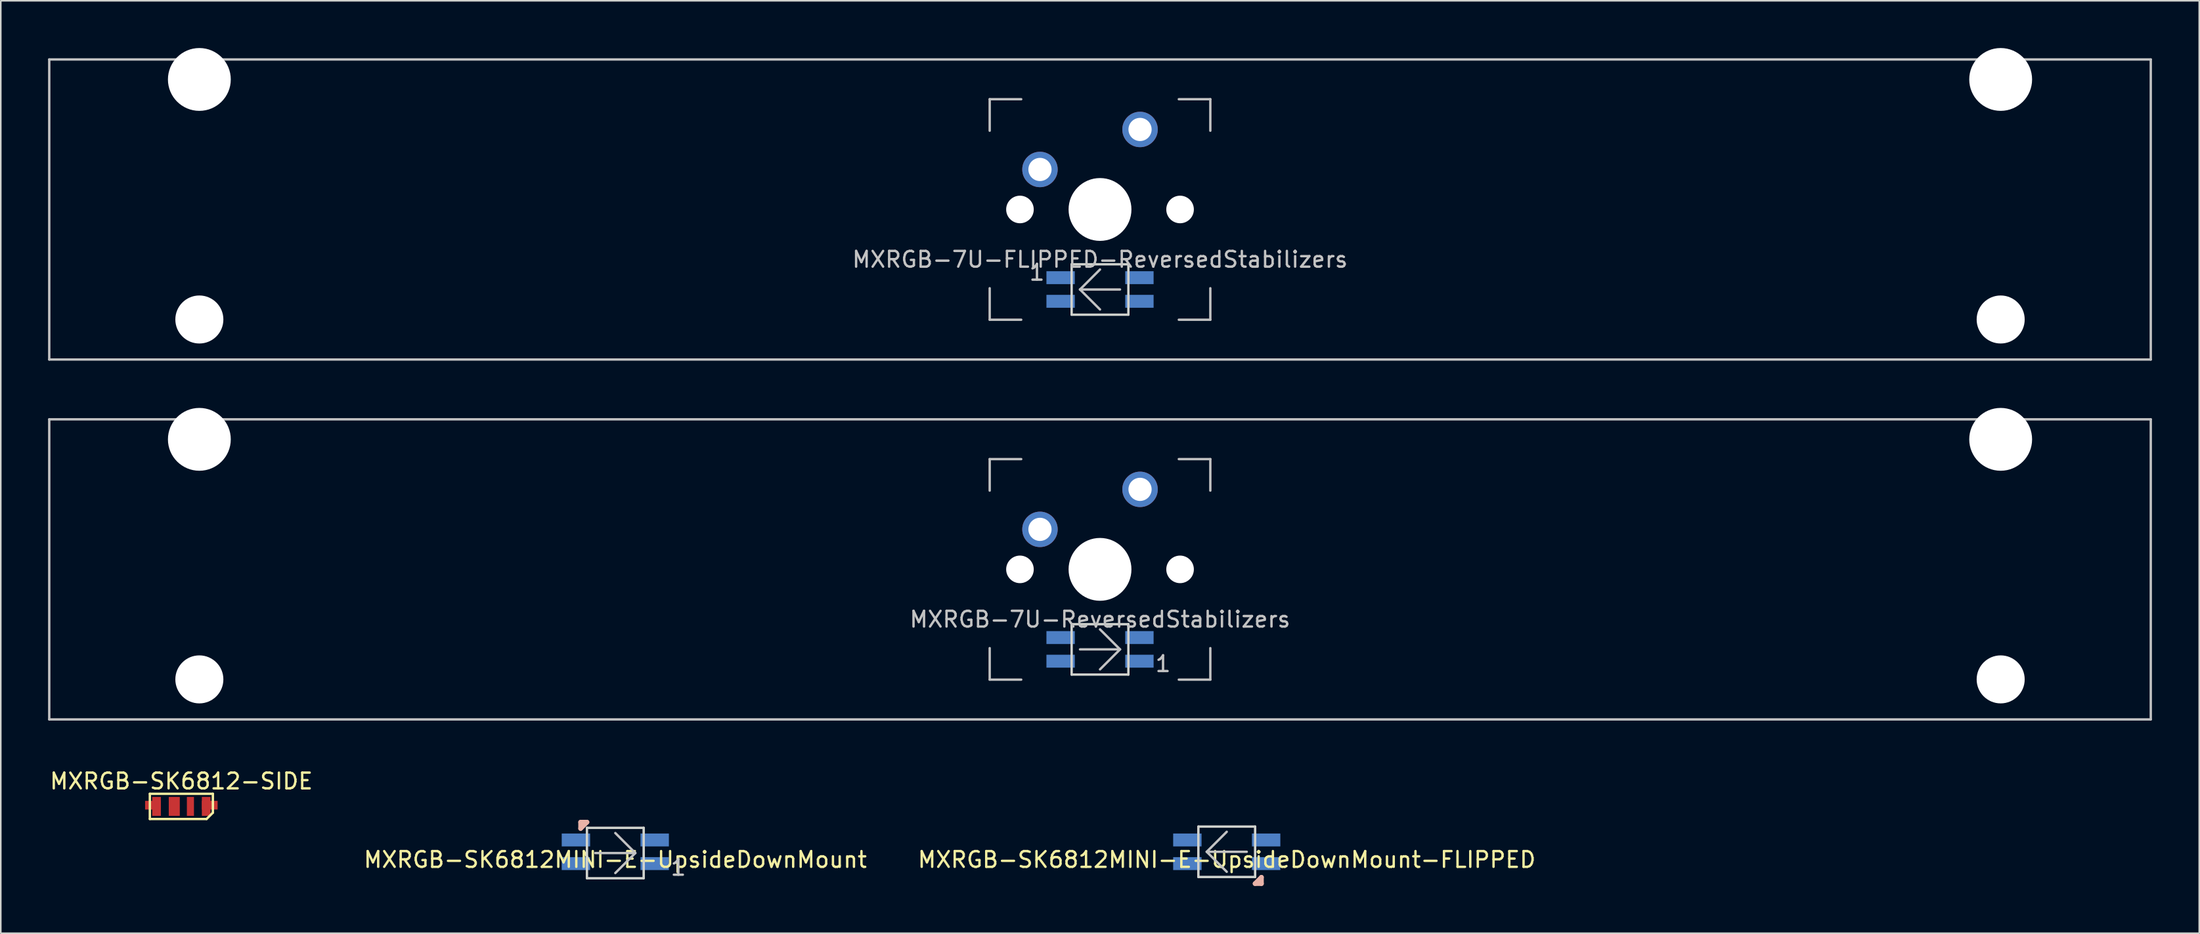
<source format=kicad_pcb>
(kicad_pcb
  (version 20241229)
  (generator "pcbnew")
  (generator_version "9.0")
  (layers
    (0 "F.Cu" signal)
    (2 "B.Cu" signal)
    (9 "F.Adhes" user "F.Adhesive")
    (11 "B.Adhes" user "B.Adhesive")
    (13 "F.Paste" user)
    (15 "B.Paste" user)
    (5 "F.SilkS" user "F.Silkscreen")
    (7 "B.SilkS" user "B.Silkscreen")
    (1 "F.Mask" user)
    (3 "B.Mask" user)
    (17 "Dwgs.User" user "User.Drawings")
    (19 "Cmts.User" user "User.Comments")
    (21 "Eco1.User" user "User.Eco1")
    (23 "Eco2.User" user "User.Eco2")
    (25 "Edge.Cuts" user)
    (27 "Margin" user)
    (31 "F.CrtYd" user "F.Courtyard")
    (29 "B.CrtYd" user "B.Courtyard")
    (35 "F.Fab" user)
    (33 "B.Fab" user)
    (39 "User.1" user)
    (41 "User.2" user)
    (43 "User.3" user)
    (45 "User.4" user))
  (footprint "MXRGB-SK6812-SIDE"
    (layer "F.Cu")
    (at 8.458 48.146)
    (property "Reference" "MXRGB-SK6812-SIDE" (at 0 -1.6 0) (layer "F.SilkS") (effects (font (size 1 1) (thickness 0.15))))
    (attr through_hole)
    (fp_line (start -2 -0.8) (end -2 0.8) (stroke (width 0.15) (type solid)) (layer "F.SilkS"))
    (fp_line (start -2 -0.8) (end 2 -0.8) (stroke (width 0.15) (type solid)) (layer "F.SilkS"))
    (fp_line (start -2 0.8) (end 1.6 0.8) (stroke (width 0.15) (type solid)) (layer "F.SilkS"))
    (fp_line (start 1.6 0.8) (end 2 0.4) (stroke (width 0.15) (type solid)) (layer "F.SilkS"))
    (fp_line (start 2 0.4) (end 2 -0.8) (stroke (width 0.15) (type solid)) (layer "F.SilkS"))
    (pad "1" smd rect (at -1.575 -0.075) (size 1 0.55) (drill (offset -0.225 0)) (layers "F.Cu" "F.Mask" "F.Paste"))
    (pad "1" smd rect (at -1.575 0) (size 0.55 1.2) (layers "F.Cu" "F.Mask" "F.Paste"))
    (pad "2" smd rect (at -0.45 0) (size 0.7 1.2) (layers "F.Cu" "F.Mask" "F.Paste"))
    (pad "3" smd rect (at 0.575 0) (size 0.45 1.2) (layers "F.Cu" "F.Mask" "F.Paste"))
    (pad "4" smd rect (at 1.575 -0.075) (size 1 0.55) (drill (offset 0.225 0)) (layers "F.Cu" "F.Mask" "F.Paste"))
    (pad "4" smd rect (at 1.575 0) (size 0.55 1.2) (layers "F.Cu" "F.Mask" "F.Paste")))
  (footprint "MXRGB-7U-ReversedStabilizers"
    (layer "F.Cu")
    (at 66.75 33.098)
    (property "Reference" "MXRGB-7U-ReversedStabilizers" (at 0 3.175 0) (layer "Dwgs.User") (effects (font (size 1 1) (thickness 0.15))))
    (attr through_hole)
    (fp_line (start -66.675 -9.525) (end 66.675 -9.525) (stroke (width 0.15) (type solid)) (layer "Dwgs.User"))
    (fp_line (start -66.675 9.525) (end -66.675 -9.525) (stroke (width 0.15) (type solid)) (layer "Dwgs.User"))
    (fp_line (start -66.675 9.525) (end 66.675 9.525) (stroke (width 0.15) (type solid)) (layer "Dwgs.User"))
    (fp_line (start -7 -7) (end -7 -5) (stroke (width 0.15) (type solid)) (layer "Dwgs.User"))
    (fp_line (start -7 5) (end -7 7) (stroke (width 0.15) (type solid)) (layer "Dwgs.User"))
    (fp_line (start -7 7) (end -5 7) (stroke (width 0.15) (type solid)) (layer "Dwgs.User"))
    (fp_line (start -5 -7) (end -7 -7) (stroke (width 0.15) (type solid)) (layer "Dwgs.User"))
    (fp_line (start -1.27 5.08) (end 1.27 5.08) (stroke (width 0.15) (type solid)) (layer "Dwgs.User"))
    (fp_line (start 1.27 5.08) (end 0 3.81) (stroke (width 0.15) (type solid)) (layer "Dwgs.User"))
    (fp_line (start 1.27 5.08) (end 0 6.35) (stroke (width 0.15) (type solid)) (layer "Dwgs.User"))
    (fp_line (start 5 -7) (end 7 -7) (stroke (width 0.15) (type solid)) (layer "Dwgs.User"))
    (fp_line (start 5 7) (end 7 7) (stroke (width 0.15) (type solid)) (layer "Dwgs.User"))
    (fp_line (start 7 -7) (end 7 -5) (stroke (width 0.15) (type solid)) (layer "Dwgs.User"))
    (fp_line (start 7 7) (end 7 5) (stroke (width 0.15) (type solid)) (layer "Dwgs.User"))
    (fp_line (start 66.675 -9.525) (end 66.675 9.525) (stroke (width 0.15) (type solid)) (layer "Dwgs.User"))
    (fp_line (start -1.8 3.48) (end -1.8 6.68) (stroke (width 0.15) (type solid)) (layer "Edge.Cuts"))
    (fp_line (start -1.8 3.48) (end 1.8 3.48) (stroke (width 0.15) (type solid)) (layer "Edge.Cuts"))
    (fp_line (start 1.8 3.48) (end 1.8 6.68) (stroke (width 0.15) (type solid)) (layer "Edge.Cuts"))
    (fp_line (start 1.8 6.68) (end -1.8 6.68) (stroke (width 0.15) (type solid)) (layer "Edge.Cuts"))
    (fp_text user "1" (at 4 6 0) (layer "Dwgs.User") (effects (font (size 1 1) (thickness 0.15))))
    (pad "" np_thru_hole circle (at -57.15 -8.255) (size 3.988 3.988) (drill 3.988) (layers "*.Cu" "*.Mask"))
    (pad "" np_thru_hole circle (at -57.15 6.985) (size 3.048 3.048) (drill 3.048) (layers "*.Cu" "*.Mask"))
    (pad "" np_thru_hole circle (at -5.08 0 48.1) (size 1.75 1.75) (drill 1.75) (layers "*.Cu" "*.Mask"))
    (pad "" np_thru_hole circle (at 0 0) (size 3.988 3.988) (drill 3.988) (layers "*.Cu" "*.Mask"))
    (pad "" np_thru_hole circle (at 5.08 0 48.1) (size 1.75 1.75) (drill 1.75) (layers "*.Cu" "*.Mask"))
    (pad "" np_thru_hole circle (at 57.15 -8.255) (size 3.988 3.988) (drill 3.988) (layers "*.Cu" "*.Mask"))
    (pad "" np_thru_hole circle (at 57.15 6.985) (size 3.048 3.048) (drill 3.048) (layers "*.Cu" "*.Mask"))
    (pad "1" thru_hole circle (at -3.81 -2.54) (size 2.25 2.25) (drill 1.47) (layers "*.Cu" "B.Mask"))
    (pad "2" thru_hole circle (at 2.54 -5.08) (size 2.25 2.25) (drill 1.47) (layers "*.Cu" "B.Mask"))
    (pad "3" smd rect (at 2.5 5.83) (size 1.8 0.82) (layers "B.Cu" "B.Mask" "B.Paste"))
    (pad "4" smd rect (at 2.5 4.33) (size 1.8 0.82) (layers "B.Cu" "B.Mask" "B.Paste"))
    (pad "5" smd rect (at -2.5 4.33) (size 1.8 0.82) (layers "B.Cu" "B.Mask" "B.Paste"))
    (pad "6" smd rect (at -2.5 5.83) (size 1.8 0.82) (layers "B.Cu" "B.Mask" "B.Paste")))
  (footprint "MXRGB-7U-FLIPPED-ReversedStabilizers"
    (layer "F.Cu")
    (at 66.75 10.249)
    (property "Reference" "MXRGB-7U-FLIPPED-ReversedStabilizers" (at 0 3.175 0) (layer "Dwgs.User") (effects (font (size 1 1) (thickness 0.15))))
    (attr through_hole)
    (fp_line (start -66.675 -9.525) (end 66.675 -9.525) (stroke (width 0.15) (type solid)) (layer "Dwgs.User"))
    (fp_line (start -66.675 9.525) (end -66.675 -9.525) (stroke (width 0.15) (type solid)) (layer "Dwgs.User"))
    (fp_line (start -66.675 9.525) (end 66.675 9.525) (stroke (width 0.15) (type solid)) (layer "Dwgs.User"))
    (fp_line (start -7 -7) (end -7 -5) (stroke (width 0.15) (type solid)) (layer "Dwgs.User"))
    (fp_line (start -7 5) (end -7 7) (stroke (width 0.15) (type solid)) (layer "Dwgs.User"))
    (fp_line (start -7 7) (end -5 7) (stroke (width 0.15) (type solid)) (layer "Dwgs.User"))
    (fp_line (start -5 -7) (end -7 -7) (stroke (width 0.15) (type solid)) (layer "Dwgs.User"))
    (fp_line (start -1.27 5.08) (end 0 3.81) (stroke (width 0.15) (type solid)) (layer "Dwgs.User"))
    (fp_line (start -1.27 5.08) (end 0 6.35) (stroke (width 0.15) (type solid)) (layer "Dwgs.User"))
    (fp_line (start -1.27 5.08) (end 1.27 5.08) (stroke (width 0.15) (type solid)) (layer "Dwgs.User"))
    (fp_line (start 5 -7) (end 7 -7) (stroke (width 0.15) (type solid)) (layer "Dwgs.User"))
    (fp_line (start 5 7) (end 7 7) (stroke (width 0.15) (type solid)) (layer "Dwgs.User"))
    (fp_line (start 7 -7) (end 7 -5) (stroke (width 0.15) (type solid)) (layer "Dwgs.User"))
    (fp_line (start 7 7) (end 7 5) (stroke (width 0.15) (type solid)) (layer "Dwgs.User"))
    (fp_line (start 66.675 -9.525) (end 66.675 9.525) (stroke (width 0.15) (type solid)) (layer "Dwgs.User"))
    (fp_line (start -1.8 3.48) (end -1.8 6.68) (stroke (width 0.15) (type solid)) (layer "Edge.Cuts"))
    (fp_line (start -1.8 3.48) (end 1.8 3.48) (stroke (width 0.15) (type solid)) (layer "Edge.Cuts"))
    (fp_line (start 1.8 3.48) (end 1.8 6.68) (stroke (width 0.15) (type solid)) (layer "Edge.Cuts"))
    (fp_line (start 1.8 6.68) (end -1.8 6.68) (stroke (width 0.15) (type solid)) (layer "Edge.Cuts"))
    (fp_text user "1" (at -4 4 0) (layer "Dwgs.User") (effects (font (size 1 1) (thickness 0.15))))
    (pad "" np_thru_hole circle (at -57.15 -8.255) (size 3.988 3.988) (drill 3.988) (layers "*.Cu" "*.Mask"))
    (pad "" np_thru_hole circle (at -57.15 6.985) (size 3.048 3.048) (drill 3.048) (layers "*.Cu" "*.Mask"))
    (pad "" np_thru_hole circle (at -5.08 0 48.1) (size 1.75 1.75) (drill 1.75) (layers "*.Cu" "*.Mask"))
    (pad "" np_thru_hole circle (at 0 0) (size 3.988 3.988) (drill 3.988) (layers "*.Cu" "*.Mask"))
    (pad "" np_thru_hole circle (at 5.08 0 48.1) (size 1.75 1.75) (drill 1.75) (layers "*.Cu" "*.Mask"))
    (pad "" np_thru_hole circle (at 57.15 -8.255) (size 3.988 3.988) (drill 3.988) (layers "*.Cu" "*.Mask"))
    (pad "" np_thru_hole circle (at 57.15 6.985) (size 3.048 3.048) (drill 3.048) (layers "*.Cu" "*.Mask"))
    (pad "1" thru_hole circle (at -3.81 -2.54) (size 2.25 2.25) (drill 1.47) (layers "*.Cu" "B.Mask"))
    (pad "2" thru_hole circle (at 2.54 -5.08) (size 2.25 2.25) (drill 1.47) (layers "*.Cu" "B.Mask"))
    (pad "3" smd rect (at -2.5 4.33) (size 1.8 0.82) (layers "B.Cu" "B.Mask" "B.Paste"))
    (pad "4" smd rect (at -2.5 5.83) (size 1.8 0.82) (layers "B.Cu" "B.Mask" "B.Paste"))
    (pad "5" smd rect (at 2.5 5.83) (size 1.8 0.82) (layers "B.Cu" "B.Mask" "B.Paste"))
    (pad "6" smd rect (at 2.5 4.33) (size 1.8 0.82) (layers "B.Cu" "B.Mask" "B.Paste")))
  (footprint "MXRGB-SK6812MINI-E-UpsideDownMount"
    (layer "F.Cu")
    (at 35.994 45.948)
    (property "Reference" "MXRGB-SK6812MINI-E-UpsideDownMount" (at 0 5.58 0) (layer "F.SilkS") (effects (font (size 1 1) (thickness 0.15))))
    (attr through_hole)
    (fp_line (start -2.2 3.2) (end -2.2 3.6) (stroke (width 0.3) (type solid)) (layer "B.SilkS"))
    (fp_line (start -2.2 3.6) (end -1.8 3.2) (stroke (width 0.3) (type solid)) (layer "B.SilkS"))
    (fp_line (start -1.8 3.2) (end -2.2 3.2) (stroke (width 0.3) (type solid)) (layer "B.SilkS"))
    (fp_line (start -1.27 5.16) (end 1.27 5.16) (stroke (width 0.15) (type solid)) (layer "Dwgs.User"))
    (fp_line (start 1.27 5.16) (end 0 3.89) (stroke (width 0.15) (type solid)) (layer "Dwgs.User"))
    (fp_line (start 1.27 5.16) (end 0 6.43) (stroke (width 0.15) (type solid)) (layer "Dwgs.User"))
    (fp_line (start -1.8 3.56) (end -1.8 6.76) (stroke (width 0.15) (type solid)) (layer "Edge.Cuts"))
    (fp_line (start -1.8 3.56) (end 1.8 3.56) (stroke (width 0.15) (type solid)) (layer "Edge.Cuts"))
    (fp_line (start 1.8 3.56) (end 1.8 6.76) (stroke (width 0.15) (type solid)) (layer "Edge.Cuts"))
    (fp_line (start 1.8 6.76) (end -1.8 6.76) (stroke (width 0.15) (type solid)) (layer "Edge.Cuts"))
    (fp_text user "1" (at 4 6.08 0) (layer "Dwgs.User") (effects (font (size 1 1) (thickness 0.15))))
    (pad "3" smd rect (at 2.5 5.83) (size 1.8 0.82) (layers "B.Cu" "B.Mask" "B.Paste"))
    (pad "4" smd rect (at 2.5 4.33) (size 1.8 0.82) (layers "B.Cu" "B.Mask" "B.Paste"))
    (pad "5" smd rect (at -2.5 4.33) (size 1.8 0.82) (layers "B.Cu" "B.Mask" "B.Paste"))
    (pad "6" smd rect (at -2.5 5.83) (size 1.8 0.82) (layers "B.Cu" "B.Mask" "B.Paste")))
  (footprint "MXRGB-SK6812MINI-E-UpsideDownMount-FLIPPED"
    (layer "F.Cu")
    (at 74.792 45.948)
    (property "Reference" "MXRGB-SK6812MINI-E-UpsideDownMount-FLIPPED" (at 0 5.58 0) (layer "F.SilkS") (effects (font (size 1 1) (thickness 0.15))))
    (attr through_hole)
    (fp_line (start 1.8 7.1) (end 2.2 7.1) (stroke (width 0.3) (type solid)) (layer "B.SilkS"))
    (fp_line (start 2.2 6.7) (end 1.8 7.1) (stroke (width 0.3) (type solid)) (layer "B.SilkS"))
    (fp_line (start 2.2 7.1) (end 2.2 6.7) (stroke (width 0.3) (type solid)) (layer "B.SilkS"))
    (fp_line (start -1.27 5.08) (end 0 3.81) (stroke (width 0.15) (type solid)) (layer "Dwgs.User"))
    (fp_line (start -1.27 5.08) (end 0 6.35) (stroke (width 0.15) (type solid)) (layer "Dwgs.User"))
    (fp_line (start -1.27 5.08) (end 1.27 5.08) (stroke (width 0.15) (type solid)) (layer "Dwgs.User"))
    (fp_line (start -1.8 3.48) (end -1.8 6.68) (stroke (width 0.15) (type solid)) (layer "Edge.Cuts"))
    (fp_line (start -1.8 3.48) (end 1.8 3.48) (stroke (width 0.15) (type solid)) (layer "Edge.Cuts"))
    (fp_line (start 1.8 3.48) (end 1.8 6.68) (stroke (width 0.15) (type solid)) (layer "Edge.Cuts"))
    (fp_line (start 1.8 6.68) (end -1.8 6.68) (stroke (width 0.15) (type solid)) (layer "Edge.Cuts"))
    (pad "3" smd rect (at -2.5 4.33) (size 1.8 0.82) (layers "B.Cu" "B.Mask" "B.Paste"))
    (pad "4" smd rect (at -2.5 5.83) (size 1.8 0.82) (layers "B.Cu" "B.Mask" "B.Paste"))
    (pad "5" smd rect (at 2.5 5.83) (size 1.8 0.82) (layers "B.Cu" "B.Mask" "B.Paste"))
    (pad "6" smd rect (at 2.5 4.33) (size 1.8 0.82) (layers "B.Cu" "B.Mask" "B.Paste")))
  (gr_rect
    (start -3 -3)
    (end 136.5 56.198)
    (stroke (width 0.1) (type default))
    (fill no)
    (layer "Edge.Cuts")))
</source>
